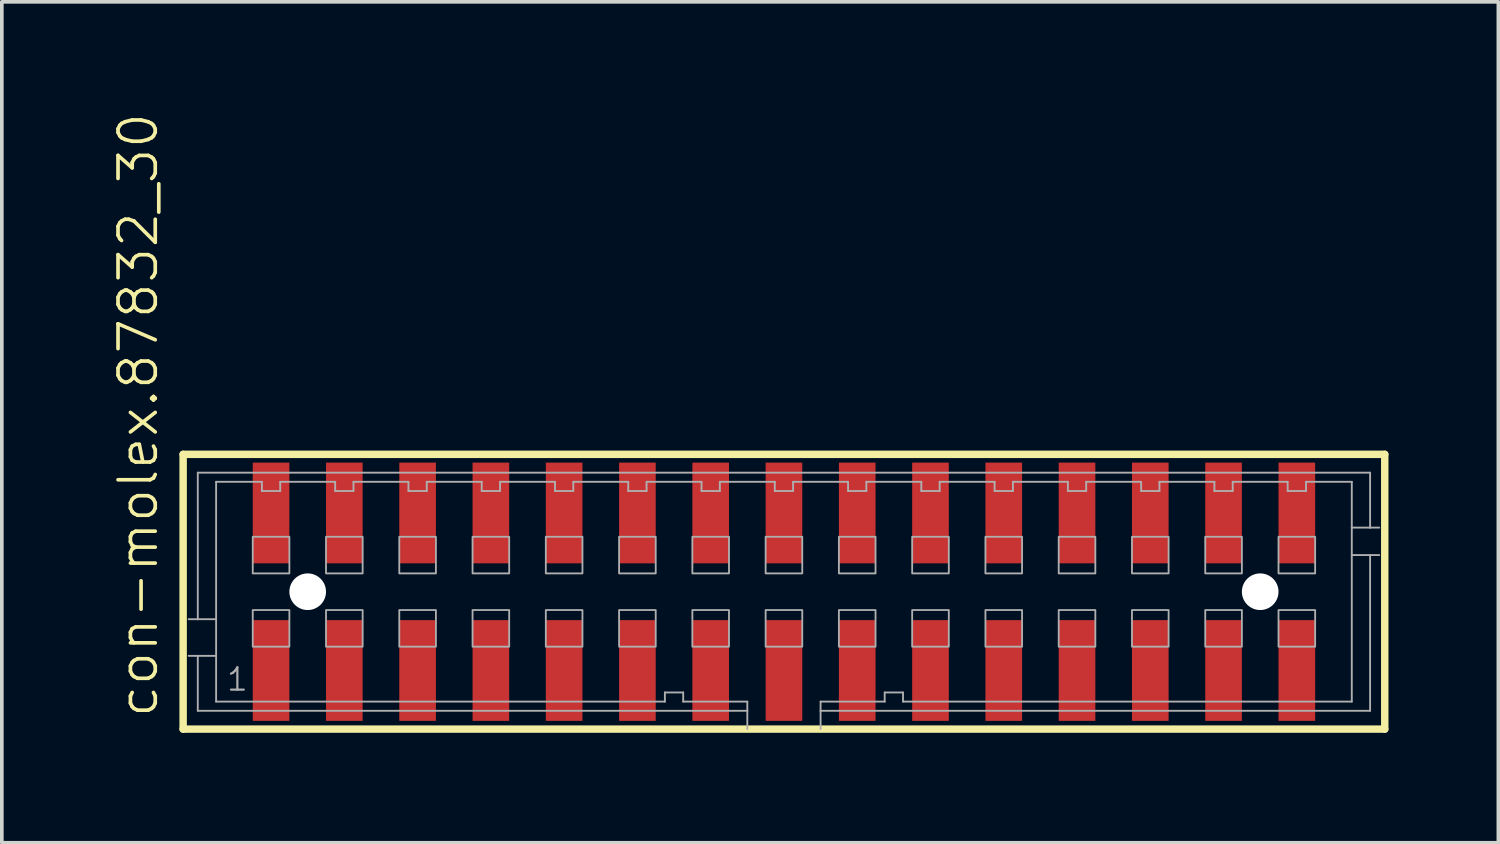
<source format=kicad_pcb>
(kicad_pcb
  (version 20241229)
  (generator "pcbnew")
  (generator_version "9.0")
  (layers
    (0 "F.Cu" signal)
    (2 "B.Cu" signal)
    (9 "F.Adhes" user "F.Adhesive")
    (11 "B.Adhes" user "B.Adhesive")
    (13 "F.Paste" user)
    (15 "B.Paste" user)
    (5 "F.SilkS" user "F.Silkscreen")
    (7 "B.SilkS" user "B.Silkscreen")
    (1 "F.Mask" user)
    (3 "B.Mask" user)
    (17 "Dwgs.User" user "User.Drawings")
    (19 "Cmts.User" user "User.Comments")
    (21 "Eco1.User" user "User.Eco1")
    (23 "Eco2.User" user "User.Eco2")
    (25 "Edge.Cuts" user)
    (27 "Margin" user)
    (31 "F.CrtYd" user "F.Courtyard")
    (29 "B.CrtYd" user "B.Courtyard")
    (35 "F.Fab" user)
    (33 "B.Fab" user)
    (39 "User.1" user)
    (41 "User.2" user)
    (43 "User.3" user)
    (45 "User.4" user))
  (footprint "con-molex.87832_30"
    (layer "F.Cu")
    (at 18.349 13.102)
    (property "Reference" "con-molex.87832_30" (at -17.032 3.493 90) (layer "F.SilkS") (effects (font (size 1.016 1.016) (thickness 0.1)) (justify left bottom)))
    (attr smd)
    (fp_line (start -16.4 -3.75) (end 16.4 -3.75) (stroke (width 0.203) (type default)) (layer "F.SilkS"))
    (fp_line (start -16.4 3.75) (end -16.4 -3.75) (stroke (width 0.203) (type default)) (layer "F.SilkS"))
    (fp_line (start 16.4 -3.75) (end 16.4 3.75) (stroke (width 0.203) (type default)) (layer "F.SilkS"))
    (fp_line (start 16.4 3.75) (end -16.4 3.75) (stroke (width 0.203) (type default)) (layer "F.SilkS"))
    (fp_line (start -16 -3.25) (end 16 -3.25) (stroke (width 0.051) (type default)) (layer "F.Fab"))
    (fp_line (start -16 0.75) (end -16.25 0.75) (stroke (width 0.051) (type default)) (layer "F.Fab"))
    (fp_line (start -16 0.75) (end -16 -3.25) (stroke (width 0.051) (type default)) (layer "F.Fab"))
    (fp_line (start -16 1.75) (end -16.25 1.75) (stroke (width 0.051) (type default)) (layer "F.Fab"))
    (fp_line (start -16 3.25) (end -16 1.75) (stroke (width 0.051) (type default)) (layer "F.Fab"))
    (fp_line (start -15.5 -3) (end -15.5 0.75) (stroke (width 0.051) (type default)) (layer "F.Fab"))
    (fp_line (start -15.5 0.75) (end -16 0.75) (stroke (width 0.051) (type default)) (layer "F.Fab"))
    (fp_line (start -15.5 0.75) (end -15.5 1.75) (stroke (width 0.051) (type default)) (layer "F.Fab"))
    (fp_line (start -15.5 1.75) (end -16 1.75) (stroke (width 0.051) (type default)) (layer "F.Fab"))
    (fp_line (start -15.5 1.75) (end -15.5 3) (stroke (width 0.051) (type default)) (layer "F.Fab"))
    (fp_line (start -15.5 3) (end -3.25 3) (stroke (width 0.051) (type default)) (layer "F.Fab"))
    (fp_line (start -14.25 -3) (end -15.5 -3) (stroke (width 0.051) (type default)) (layer "F.Fab"))
    (fp_line (start -14.25 -2.75) (end -14.25 -3) (stroke (width 0.051) (type default)) (layer "F.Fab"))
    (fp_line (start -13.75 -3) (end -13.75 -2.75) (stroke (width 0.051) (type default)) (layer "F.Fab"))
    (fp_line (start -13.75 -2.75) (end -14.25 -2.75) (stroke (width 0.051) (type default)) (layer "F.Fab"))
    (fp_line (start -12.25 -3) (end -13.75 -3) (stroke (width 0.051) (type default)) (layer "F.Fab"))
    (fp_line (start -12.25 -2.75) (end -12.25 -3) (stroke (width 0.051) (type default)) (layer "F.Fab"))
    (fp_line (start -11.75 -3) (end -11.75 -2.75) (stroke (width 0.051) (type default)) (layer "F.Fab"))
    (fp_line (start -11.75 -2.75) (end -12.25 -2.75) (stroke (width 0.051) (type default)) (layer "F.Fab"))
    (fp_line (start -10.25 -3) (end -11.75 -3) (stroke (width 0.051) (type default)) (layer "F.Fab"))
    (fp_line (start -10.25 -2.75) (end -10.25 -3) (stroke (width 0.051) (type default)) (layer "F.Fab"))
    (fp_line (start -9.75 -3) (end -9.75 -2.75) (stroke (width 0.051) (type default)) (layer "F.Fab"))
    (fp_line (start -9.75 -2.75) (end -10.25 -2.75) (stroke (width 0.051) (type default)) (layer "F.Fab"))
    (fp_line (start -8.25 -3) (end -9.75 -3) (stroke (width 0.051) (type default)) (layer "F.Fab"))
    (fp_line (start -8.25 -2.75) (end -8.25 -3) (stroke (width 0.051) (type default)) (layer "F.Fab"))
    (fp_line (start -7.75 -3) (end -7.75 -2.75) (stroke (width 0.051) (type default)) (layer "F.Fab"))
    (fp_line (start -7.75 -2.75) (end -8.25 -2.75) (stroke (width 0.051) (type default)) (layer "F.Fab"))
    (fp_line (start -6.25 -3) (end -7.75 -3) (stroke (width 0.051) (type default)) (layer "F.Fab"))
    (fp_line (start -6.25 -2.75) (end -6.25 -3) (stroke (width 0.051) (type default)) (layer "F.Fab"))
    (fp_line (start -5.75 -3) (end -5.75 -2.75) (stroke (width 0.051) (type default)) (layer "F.Fab"))
    (fp_line (start -5.75 -2.75) (end -6.25 -2.75) (stroke (width 0.051) (type default)) (layer "F.Fab"))
    (fp_line (start -4.25 -3) (end -5.75 -3) (stroke (width 0.051) (type default)) (layer "F.Fab"))
    (fp_line (start -4.25 -2.75) (end -4.25 -3) (stroke (width 0.051) (type default)) (layer "F.Fab"))
    (fp_line (start -3.75 -3) (end -3.75 -2.75) (stroke (width 0.051) (type default)) (layer "F.Fab"))
    (fp_line (start -3.75 -2.75) (end -4.25 -2.75) (stroke (width 0.051) (type default)) (layer "F.Fab"))
    (fp_line (start -3.25 2.75) (end -2.75 2.75) (stroke (width 0.051) (type default)) (layer "F.Fab"))
    (fp_line (start -3.25 3) (end -3.25 2.75) (stroke (width 0.051) (type default)) (layer "F.Fab"))
    (fp_line (start -2.75 2.75) (end -2.75 3) (stroke (width 0.051) (type default)) (layer "F.Fab"))
    (fp_line (start -2.75 3) (end -1 3) (stroke (width 0.051) (type default)) (layer "F.Fab"))
    (fp_line (start -2.25 -3) (end -3.75 -3) (stroke (width 0.051) (type default)) (layer "F.Fab"))
    (fp_line (start -2.25 -2.75) (end -2.25 -3) (stroke (width 0.051) (type default)) (layer "F.Fab"))
    (fp_line (start -1.75 -3) (end -1.75 -2.75) (stroke (width 0.051) (type default)) (layer "F.Fab"))
    (fp_line (start -1.75 -2.75) (end -2.25 -2.75) (stroke (width 0.051) (type default)) (layer "F.Fab"))
    (fp_line (start -1 3) (end -1 3.25) (stroke (width 0.051) (type default)) (layer "F.Fab"))
    (fp_line (start -1 3.25) (end -16 3.25) (stroke (width 0.051) (type default)) (layer "F.Fab"))
    (fp_line (start -1 3.25) (end -1 3.75) (stroke (width 0.051) (type default)) (layer "F.Fab"))
    (fp_line (start -0.25 -3) (end -1.75 -3) (stroke (width 0.051) (type default)) (layer "F.Fab"))
    (fp_line (start -0.25 -2.75) (end -0.25 -3) (stroke (width 0.051) (type default)) (layer "F.Fab"))
    (fp_line (start 0.25 -3) (end 0.25 -2.75) (stroke (width 0.051) (type default)) (layer "F.Fab"))
    (fp_line (start 0.25 -2.75) (end -0.25 -2.75) (stroke (width 0.051) (type default)) (layer "F.Fab"))
    (fp_line (start 1 3) (end 2.75 3) (stroke (width 0.051) (type default)) (layer "F.Fab"))
    (fp_line (start 1 3.25) (end 1 3) (stroke (width 0.051) (type default)) (layer "F.Fab"))
    (fp_line (start 1 3.75) (end 1 3.25) (stroke (width 0.051) (type default)) (layer "F.Fab"))
    (fp_line (start 1.75 -3) (end 0.25 -3) (stroke (width 0.051) (type default)) (layer "F.Fab"))
    (fp_line (start 1.75 -2.75) (end 1.75 -3) (stroke (width 0.051) (type default)) (layer "F.Fab"))
    (fp_line (start 2.25 -3) (end 2.25 -2.75) (stroke (width 0.051) (type default)) (layer "F.Fab"))
    (fp_line (start 2.25 -2.75) (end 1.75 -2.75) (stroke (width 0.051) (type default)) (layer "F.Fab"))
    (fp_line (start 2.75 2.75) (end 3.25 2.75) (stroke (width 0.051) (type default)) (layer "F.Fab"))
    (fp_line (start 2.75 3) (end 2.75 2.75) (stroke (width 0.051) (type default)) (layer "F.Fab"))
    (fp_line (start 3.25 2.75) (end 3.25 3) (stroke (width 0.051) (type default)) (layer "F.Fab"))
    (fp_line (start 3.25 3) (end 15.5 3) (stroke (width 0.051) (type default)) (layer "F.Fab"))
    (fp_line (start 3.75 -3) (end 2.25 -3) (stroke (width 0.051) (type default)) (layer "F.Fab"))
    (fp_line (start 3.75 -2.75) (end 3.75 -3) (stroke (width 0.051) (type default)) (layer "F.Fab"))
    (fp_line (start 4.25 -3) (end 4.25 -2.75) (stroke (width 0.051) (type default)) (layer "F.Fab"))
    (fp_line (start 4.25 -2.75) (end 3.75 -2.75) (stroke (width 0.051) (type default)) (layer "F.Fab"))
    (fp_line (start 5.75 -3) (end 4.25 -3) (stroke (width 0.051) (type default)) (layer "F.Fab"))
    (fp_line (start 5.75 -2.75) (end 5.75 -3) (stroke (width 0.051) (type default)) (layer "F.Fab"))
    (fp_line (start 6.25 -3) (end 6.25 -2.75) (stroke (width 0.051) (type default)) (layer "F.Fab"))
    (fp_line (start 6.25 -2.75) (end 5.75 -2.75) (stroke (width 0.051) (type default)) (layer "F.Fab"))
    (fp_line (start 7.75 -3) (end 6.25 -3) (stroke (width 0.051) (type default)) (layer "F.Fab"))
    (fp_line (start 7.75 -2.75) (end 7.75 -3) (stroke (width 0.051) (type default)) (layer "F.Fab"))
    (fp_line (start 8.25 -3) (end 8.25 -2.75) (stroke (width 0.051) (type default)) (layer "F.Fab"))
    (fp_line (start 8.25 -2.75) (end 7.75 -2.75) (stroke (width 0.051) (type default)) (layer "F.Fab"))
    (fp_line (start 9.75 -3) (end 8.25 -3) (stroke (width 0.051) (type default)) (layer "F.Fab"))
    (fp_line (start 9.75 -2.75) (end 9.75 -3) (stroke (width 0.051) (type default)) (layer "F.Fab"))
    (fp_line (start 10.25 -3) (end 10.25 -2.75) (stroke (width 0.051) (type default)) (layer "F.Fab"))
    (fp_line (start 10.25 -2.75) (end 9.75 -2.75) (stroke (width 0.051) (type default)) (layer "F.Fab"))
    (fp_line (start 11.75 -3) (end 10.25 -3) (stroke (width 0.051) (type default)) (layer "F.Fab"))
    (fp_line (start 11.75 -2.75) (end 11.75 -3) (stroke (width 0.051) (type default)) (layer "F.Fab"))
    (fp_line (start 12.25 -3) (end 12.25 -2.75) (stroke (width 0.051) (type default)) (layer "F.Fab"))
    (fp_line (start 12.25 -2.75) (end 11.75 -2.75) (stroke (width 0.051) (type default)) (layer "F.Fab"))
    (fp_line (start 13.75 -3) (end 12.25 -3) (stroke (width 0.051) (type default)) (layer "F.Fab"))
    (fp_line (start 13.75 -2.75) (end 13.75 -3) (stroke (width 0.051) (type default)) (layer "F.Fab"))
    (fp_line (start 14.25 -3) (end 14.25 -2.75) (stroke (width 0.051) (type default)) (layer "F.Fab"))
    (fp_line (start 14.25 -2.75) (end 13.75 -2.75) (stroke (width 0.051) (type default)) (layer "F.Fab"))
    (fp_line (start 15.5 -3) (end 14.25 -3) (stroke (width 0.051) (type default)) (layer "F.Fab"))
    (fp_line (start 15.5 -1.75) (end 15.5 -3) (stroke (width 0.051) (type default)) (layer "F.Fab"))
    (fp_line (start 15.5 -1.75) (end 16 -1.75) (stroke (width 0.051) (type default)) (layer "F.Fab"))
    (fp_line (start 15.5 -1) (end 15.5 -1.75) (stroke (width 0.051) (type default)) (layer "F.Fab"))
    (fp_line (start 15.5 -1) (end 16 -1) (stroke (width 0.051) (type default)) (layer "F.Fab"))
    (fp_line (start 15.5 3) (end 15.5 -1) (stroke (width 0.051) (type default)) (layer "F.Fab"))
    (fp_line (start 16 -3.25) (end 16 -1.75) (stroke (width 0.051) (type default)) (layer "F.Fab"))
    (fp_line (start 16 -1.75) (end 16.25 -1.75) (stroke (width 0.051) (type default)) (layer "F.Fab"))
    (fp_line (start 16 -1) (end 16 3.25) (stroke (width 0.051) (type default)) (layer "F.Fab"))
    (fp_line (start 16 -1) (end 16.25 -1) (stroke (width 0.051) (type default)) (layer "F.Fab"))
    (fp_line (start 16 3.25) (end 1 3.25) (stroke (width 0.051) (type default)) (layer "F.Fab"))
    (fp_rect (start -14.5 -0.5) (end -13.5 -1.5) (stroke (width 0.05) (type default)) (fill no) (layer "F.Fab"))
    (fp_rect (start -14.5 1.5) (end -13.5 0.5) (stroke (width 0.05) (type default)) (fill no) (layer "F.Fab"))
    (fp_rect (start -12.5 -0.5) (end -11.5 -1.5) (stroke (width 0.05) (type default)) (fill no) (layer "F.Fab"))
    (fp_rect (start -12.5 1.5) (end -11.5 0.5) (stroke (width 0.05) (type default)) (fill no) (layer "F.Fab"))
    (fp_rect (start -10.5 -0.5) (end -9.5 -1.5) (stroke (width 0.05) (type default)) (fill no) (layer "F.Fab"))
    (fp_rect (start -10.5 1.5) (end -9.5 0.5) (stroke (width 0.05) (type default)) (fill no) (layer "F.Fab"))
    (fp_rect (start -8.5 -0.5) (end -7.5 -1.5) (stroke (width 0.05) (type default)) (fill no) (layer "F.Fab"))
    (fp_rect (start -8.5 1.5) (end -7.5 0.5) (stroke (width 0.05) (type default)) (fill no) (layer "F.Fab"))
    (fp_rect (start -6.5 -0.5) (end -5.5 -1.5) (stroke (width 0.05) (type default)) (fill no) (layer "F.Fab"))
    (fp_rect (start -6.5 1.5) (end -5.5 0.5) (stroke (width 0.05) (type default)) (fill no) (layer "F.Fab"))
    (fp_rect (start -4.5 -0.5) (end -3.5 -1.5) (stroke (width 0.05) (type default)) (fill no) (layer "F.Fab"))
    (fp_rect (start -4.5 1.5) (end -3.5 0.5) (stroke (width 0.05) (type default)) (fill no) (layer "F.Fab"))
    (fp_rect (start -2.5 -0.5) (end -1.5 -1.5) (stroke (width 0.05) (type default)) (fill no) (layer "F.Fab"))
    (fp_rect (start -2.5 1.5) (end -1.5 0.5) (stroke (width 0.05) (type default)) (fill no) (layer "F.Fab"))
    (fp_rect (start -0.5 -0.5) (end 0.5 -1.5) (stroke (width 0.05) (type default)) (fill no) (layer "F.Fab"))
    (fp_rect (start -0.5 1.5) (end 0.5 0.5) (stroke (width 0.05) (type default)) (fill no) (layer "F.Fab"))
    (fp_rect (start 1.5 -0.5) (end 2.5 -1.5) (stroke (width 0.05) (type default)) (fill no) (layer "F.Fab"))
    (fp_rect (start 1.5 1.5) (end 2.5 0.5) (stroke (width 0.05) (type default)) (fill no) (layer "F.Fab"))
    (fp_rect (start 3.5 -0.5) (end 4.5 -1.5) (stroke (width 0.05) (type default)) (fill no) (layer "F.Fab"))
    (fp_rect (start 3.5 1.5) (end 4.5 0.5) (stroke (width 0.05) (type default)) (fill no) (layer "F.Fab"))
    (fp_rect (start 5.5 -0.5) (end 6.5 -1.5) (stroke (width 0.05) (type default)) (fill no) (layer "F.Fab"))
    (fp_rect (start 5.5 1.5) (end 6.5 0.5) (stroke (width 0.05) (type default)) (fill no) (layer "F.Fab"))
    (fp_rect (start 7.5 -0.5) (end 8.5 -1.5) (stroke (width 0.05) (type default)) (fill no) (layer "F.Fab"))
    (fp_rect (start 7.5 1.5) (end 8.5 0.5) (stroke (width 0.05) (type default)) (fill no) (layer "F.Fab"))
    (fp_rect (start 9.5 -0.5) (end 10.5 -1.5) (stroke (width 0.05) (type default)) (fill no) (layer "F.Fab"))
    (fp_rect (start 9.5 1.5) (end 10.5 0.5) (stroke (width 0.05) (type default)) (fill no) (layer "F.Fab"))
    (fp_rect (start 11.5 -0.5) (end 12.5 -1.5) (stroke (width 0.05) (type default)) (fill no) (layer "F.Fab"))
    (fp_rect (start 11.5 1.5) (end 12.5 0.5) (stroke (width 0.05) (type default)) (fill no) (layer "F.Fab"))
    (fp_rect (start 13.5 -0.5) (end 14.5 -1.5) (stroke (width 0.05) (type default)) (fill no) (layer "F.Fab"))
    (fp_rect (start 13.5 1.5) (end 14.5 0.5) (stroke (width 0.05) (type default)) (fill no) (layer "F.Fab"))
    (fp_text user "1" (at -15.25 2.75 0) (layer "F.Fab") (effects (font (size 0.61 0.61) (thickness 0.06)) (justify left bottom)))
    (pad "" np_thru_hole circle (at -13 0) (size 1 1) (drill 1) (layers "*.Cu" "*.Mask"))
    (pad "" np_thru_hole circle (at 13 0) (size 1 1) (drill 1) (layers "*.Cu" "*.Mask"))
    (pad "1" smd roundrect (at -14 2.15) (size 1 2.75) (layers "F.Cu" "F.Mask" "F.Paste") (roundrect_rratio 0.01))
    (pad "2" smd roundrect (at -14 -2.15) (size 1 2.75) (layers "F.Cu" "F.Mask" "F.Paste") (roundrect_rratio 0.01))
    (pad "3" smd roundrect (at -12 2.15) (size 1 2.75) (layers "F.Cu" "F.Mask" "F.Paste") (roundrect_rratio 0.01))
    (pad "4" smd roundrect (at -12 -2.15) (size 1 2.75) (layers "F.Cu" "F.Mask" "F.Paste") (roundrect_rratio 0.01))
    (pad "5" smd roundrect (at -10 2.15) (size 1 2.75) (layers "F.Cu" "F.Mask" "F.Paste") (roundrect_rratio 0.01))
    (pad "6" smd roundrect (at -10 -2.15) (size 1 2.75) (layers "F.Cu" "F.Mask" "F.Paste") (roundrect_rratio 0.01))
    (pad "7" smd roundrect (at -8 2.15) (size 1 2.75) (layers "F.Cu" "F.Mask" "F.Paste") (roundrect_rratio 0.01))
    (pad "8" smd roundrect (at -8 -2.15) (size 1 2.75) (layers "F.Cu" "F.Mask" "F.Paste") (roundrect_rratio 0.01))
    (pad "9" smd roundrect (at -6 2.15 180) (size 1 2.75) (layers "F.Cu" "F.Mask" "F.Paste") (roundrect_rratio 0.01))
    (pad "10" smd roundrect (at -6 -2.15 180) (size 1 2.75) (layers "F.Cu" "F.Mask" "F.Paste") (roundrect_rratio 0.01))
    (pad "11" smd roundrect (at -4 2.15) (size 1 2.75) (layers "F.Cu" "F.Mask" "F.Paste") (roundrect_rratio 0.01))
    (pad "12" smd roundrect (at -4 -2.15) (size 1 2.75) (layers "F.Cu" "F.Mask" "F.Paste") (roundrect_rratio 0.01))
    (pad "13" smd roundrect (at -2 2.15) (size 1 2.75) (layers "F.Cu" "F.Mask" "F.Paste") (roundrect_rratio 0.01))
    (pad "14" smd roundrect (at -2 -2.15) (size 1 2.75) (layers "F.Cu" "F.Mask" "F.Paste") (roundrect_rratio 0.01))
    (pad "15" smd roundrect (at 0 2.15 180) (size 1 2.75) (layers "F.Cu" "F.Mask" "F.Paste") (roundrect_rratio 0.01))
    (pad "16" smd roundrect (at 0 -2.15) (size 1 2.75) (layers "F.Cu" "F.Mask" "F.Paste") (roundrect_rratio 0.01))
    (pad "17" smd roundrect (at 2 2.15 180) (size 1 2.75) (layers "F.Cu" "F.Mask" "F.Paste") (roundrect_rratio 0.01))
    (pad "18" smd roundrect (at 2 -2.15) (size 1 2.75) (layers "F.Cu" "F.Mask" "F.Paste") (roundrect_rratio 0.01))
    (pad "19" smd roundrect (at 4 2.15 180) (size 1 2.75) (layers "F.Cu" "F.Mask" "F.Paste") (roundrect_rratio 0.01))
    (pad "20" smd roundrect (at 4 -2.15) (size 1 2.75) (layers "F.Cu" "F.Mask" "F.Paste") (roundrect_rratio 0.01))
    (pad "21" smd roundrect (at 6 2.15 180) (size 1 2.75) (layers "F.Cu" "F.Mask" "F.Paste") (roundrect_rratio 0.01))
    (pad "22" smd roundrect (at 6 -2.15) (size 1 2.75) (layers "F.Cu" "F.Mask" "F.Paste") (roundrect_rratio 0.01))
    (pad "23" smd roundrect (at 8 2.15 180) (size 1 2.75) (layers "F.Cu" "F.Mask" "F.Paste") (roundrect_rratio 0.01))
    (pad "24" smd roundrect (at 8 -2.15) (size 1 2.75) (layers "F.Cu" "F.Mask" "F.Paste") (roundrect_rratio 0.01))
    (pad "25" smd roundrect (at 10 2.15 180) (size 1 2.75) (layers "F.Cu" "F.Mask" "F.Paste") (roundrect_rratio 0.01))
    (pad "26" smd roundrect (at 10 -2.15) (size 1 2.75) (layers "F.Cu" "F.Mask" "F.Paste") (roundrect_rratio 0.01))
    (pad "27" smd roundrect (at 12 2.15 180) (size 1 2.75) (layers "F.Cu" "F.Mask" "F.Paste") (roundrect_rratio 0.01))
    (pad "28" smd roundrect (at 12 -2.15) (size 1 2.75) (layers "F.Cu" "F.Mask" "F.Paste") (roundrect_rratio 0.01))
    (pad "29" smd roundrect (at 14 2.15 180) (size 1 2.75) (layers "F.Cu" "F.Mask" "F.Paste") (roundrect_rratio 0.01))
    (pad "30" smd roundrect (at 14 -2.15) (size 1 2.75) (layers "F.Cu" "F.Mask" "F.Paste") (roundrect_rratio 0.01)))
  (gr_rect
    (start -3 -3)
    (end 37.85 19.954)
    (stroke (width 0.1) (type default))
    (fill no)
    (layer "Edge.Cuts")))
</source>
